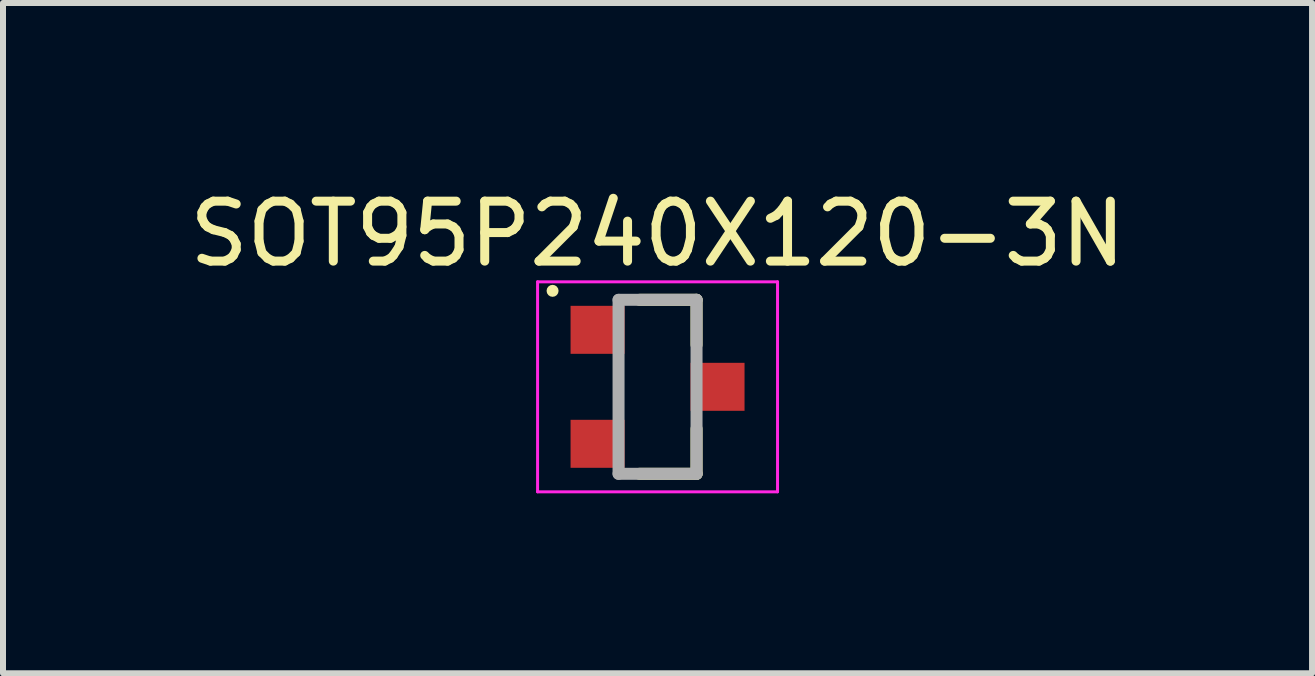
<source format=kicad_pcb>
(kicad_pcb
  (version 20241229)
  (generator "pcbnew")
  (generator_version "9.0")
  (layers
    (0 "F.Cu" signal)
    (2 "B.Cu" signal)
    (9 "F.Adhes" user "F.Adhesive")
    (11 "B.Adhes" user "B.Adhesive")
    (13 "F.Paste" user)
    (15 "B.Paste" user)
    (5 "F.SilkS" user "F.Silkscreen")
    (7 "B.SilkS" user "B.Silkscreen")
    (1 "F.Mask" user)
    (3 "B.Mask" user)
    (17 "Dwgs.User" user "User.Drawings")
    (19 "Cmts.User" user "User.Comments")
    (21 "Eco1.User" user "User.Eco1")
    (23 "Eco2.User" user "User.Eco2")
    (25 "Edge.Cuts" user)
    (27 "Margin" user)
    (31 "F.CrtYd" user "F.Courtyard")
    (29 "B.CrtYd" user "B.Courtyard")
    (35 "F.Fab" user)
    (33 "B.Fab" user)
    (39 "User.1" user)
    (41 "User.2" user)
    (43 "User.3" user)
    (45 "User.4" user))
  (footprint "SOT95P240X120-3N"
    (layer "F.Cu")
    (at 7.911 3.398)
    (property "Reference" "SOT95P240X120-3N" (at 0 -2.55 0) (layer "F.SilkS") (effects (font (size 1 1) (thickness 0.15))))
    (attr smd)
    (fp_line (start -0.3 -1.45) (end 0.65 -1.45) (stroke (width 0.2) (type solid)) (layer "F.SilkS"))
    (fp_line (start -0.3 1.45) (end 0.65 1.45) (stroke (width 0.2) (type solid)) (layer "F.SilkS"))
    (fp_line (start 0.65 -1.45) (end 0.65 -0.7) (stroke (width 0.2) (type solid)) (layer "F.SilkS"))
    (fp_line (start 0.65 1.45) (end 0.65 0.7) (stroke (width 0.2) (type solid)) (layer "F.SilkS"))
    (fp_circle (center -1.75 -1.6) (end -1.7 -1.6) (stroke (width 0.1) (type solid)) (fill no) (layer "F.SilkS"))
    (fp_line (start -2 -1.75) (end 2 -1.75) (stroke (width 0.05) (type solid)) (layer "F.CrtYd"))
    (fp_line (start -2 1.75) (end -2 -1.75) (stroke (width 0.05) (type solid)) (layer "F.CrtYd"))
    (fp_line (start 2 -1.75) (end 2 1.75) (stroke (width 0.05) (type solid)) (layer "F.CrtYd"))
    (fp_line (start 2 1.75) (end -2 1.75) (stroke (width 0.05) (type solid)) (layer "F.CrtYd"))
    (fp_line (start -0.65 -1.45) (end 0.65 -1.45) (stroke (width 0.2) (type solid)) (layer "F.Fab"))
    (fp_line (start -0.65 1.45) (end -0.65 -1.45) (stroke (width 0.2) (type solid)) (layer "F.Fab"))
    (fp_line (start 0.65 -1.45) (end 0.65 1.45) (stroke (width 0.2) (type solid)) (layer "F.Fab"))
    (fp_line (start 0.65 1.45) (end -0.65 1.45) (stroke (width 0.2) (type solid)) (layer "F.Fab"))
    (pad "1" smd rect (at 1 0) (size 0.9 0.8) (layers "F.Cu" "F.Mask" "F.Paste"))
    (pad "2" smd rect (at -1 -0.95) (size 0.9 0.8) (layers "F.Cu" "F.Mask" "F.Paste"))
    (pad "3" smd rect (at -1 0.95) (size 0.9 0.8) (layers "F.Cu" "F.Mask" "F.Paste")))
  (gr_rect
    (start -3 -3)
    (end 18.821 8.173)
    (stroke (width 0.1) (type default))
    (fill no)
    (layer "Edge.Cuts")))
</source>
